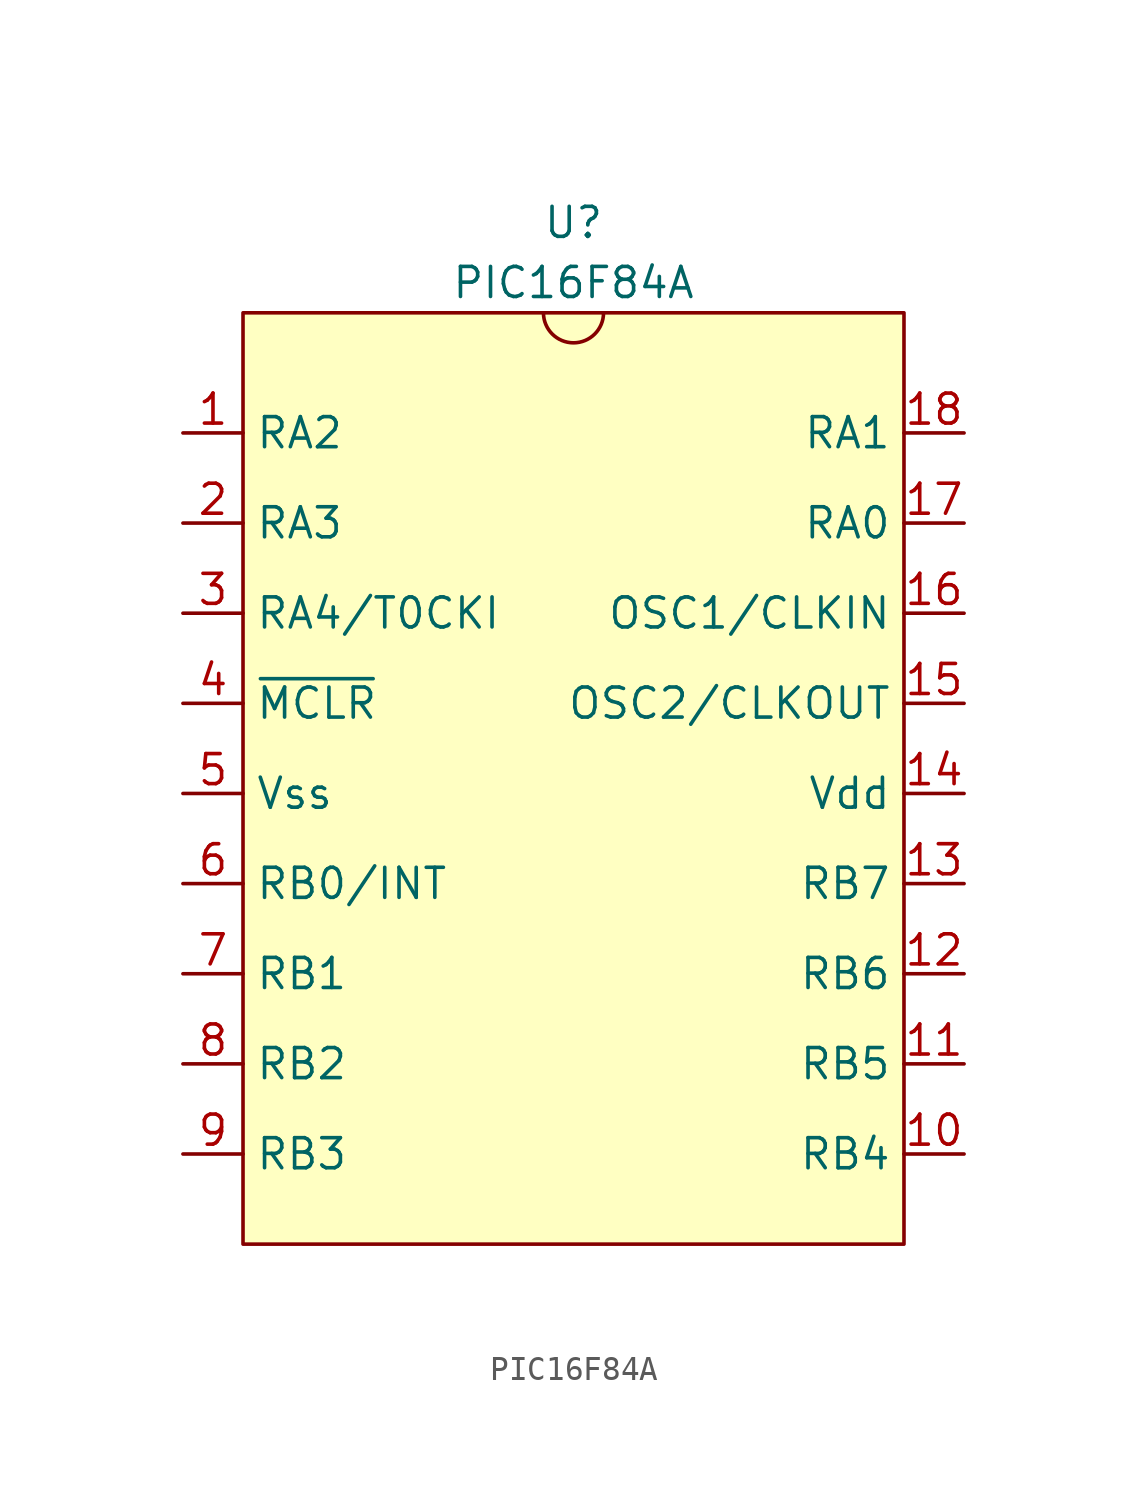
<source format=kicad_sym>
(kicad_symbol_lib
  (version 20241209)
  (generator "kicad_symbol_editor")
  (generator_version "9.0")
  (symbol "PIC16F84A"
    (property "Reference" "U"
      (at 41.91 -8.89 0)
      (effects (font (size 1.27 1.27))))
    (property "Value" "PIC16F84A"
      (at 41.91 -11.43 0)
      (effects (font (size 1.27 1.27))))
    (symbol "PIC16F84A_0_1"
      (arc (start 43.18 -12.7) (mid 41.91 -13.97) (end 40.64 -12.7) (stroke (width 0) (type default)) (fill (type none))))
    (symbol "PIC16F84A_1_1"
      (rectangle (start 27.94 -12.7) (end 55.88 -52.07) (stroke (width 0) (type solid)) (fill (type background)))
      (pin bidirectional line (at 25.4 -17.78 0) (length 2.54) (name "RA2" (effects (font (size 1.27 1.27)))) (number "1" (effects (font (size 1.27 1.27)))))
      (pin bidirectional line (at 25.4 -21.59 0) (length 2.54) (name "RA3" (effects (font (size 1.27 1.27)))) (number "2" (effects (font (size 1.27 1.27)))))
      (pin bidirectional line (at 25.4 -25.4 0) (length 2.54) (name "RA4/T0CKI" (effects (font (size 1.27 1.27)))) (number "3" (effects (font (size 1.27 1.27)))))
      (pin input line (at 25.4 -29.21 0) (length 2.54) (name "~{MCLR}" (effects (font (size 1.27 1.27)))) (number "4" (effects (font (size 1.27 1.27)))))
      (pin power_in line (at 25.4 -33.02 0) (length 2.54) (name "Vss" (effects (font (size 1.27 1.27)))) (number "5" (effects (font (size 1.27 1.27)))))
      (pin bidirectional line (at 25.4 -36.83 0) (length 2.54) (name "RB0/INT" (effects (font (size 1.27 1.27)))) (number "6" (effects (font (size 1.27 1.27)))))
      (pin bidirectional line (at 25.4 -40.64 0) (length 2.54) (name "RB1" (effects (font (size 1.27 1.27)))) (number "7" (effects (font (size 1.27 1.27)))))
      (pin bidirectional line (at 25.4 -44.45 0) (length 2.54) (name "RB2" (effects (font (size 1.27 1.27)))) (number "8" (effects (font (size 1.27 1.27)))))
      (pin bidirectional line (at 25.4 -48.26 0) (length 2.54) (name "RB3" (effects (font (size 1.27 1.27)))) (number "9" (effects (font (size 1.27 1.27)))))
      (pin bidirectional line (at 58.42 -17.78 180) (length 2.54) (name "RA1" (effects (font (size 1.27 1.27)))) (number "18" (effects (font (size 1.27 1.27)))))
      (pin bidirectional line (at 58.42 -21.59 180) (length 2.54) (name "RA0" (effects (font (size 1.27 1.27)))) (number "17" (effects (font (size 1.27 1.27)))))
      (pin input line (at 58.42 -25.4 180) (length 2.54) (name "OSC1/CLKIN" (effects (font (size 1.27 1.27)))) (number "16" (effects (font (size 1.27 1.27)))))
      (pin output line (at 58.42 -29.21 180) (length 2.54) (name "OSC2/CLKOUT" (effects (font (size 1.27 1.27)))) (number "15" (effects (font (size 1.27 1.27)))))
      (pin power_in line (at 58.42 -33.02 180) (length 2.54) (name "Vdd" (effects (font (size 1.27 1.27)))) (number "14" (effects (font (size 1.27 1.27)))))
      (pin bidirectional line (at 58.42 -36.83 180) (length 2.54) (name "RB7" (effects (font (size 1.27 1.27)))) (number "13" (effects (font (size 1.27 1.27)))))
      (pin bidirectional line (at 58.42 -40.64 180) (length 2.54) (name "RB6" (effects (font (size 1.27 1.27)))) (number "12" (effects (font (size 1.27 1.27)))))
      (pin bidirectional line (at 58.42 -44.45 180) (length 2.54) (name "RB5" (effects (font (size 1.27 1.27)))) (number "11" (effects (font (size 1.27 1.27)))))
      (pin bidirectional line (at 58.42 -48.26 180) (length 2.54) (name "RB4" (effects (font (size 1.27 1.27)))) (number "10" (effects (font (size 1.27 1.27))))))))
</source>
